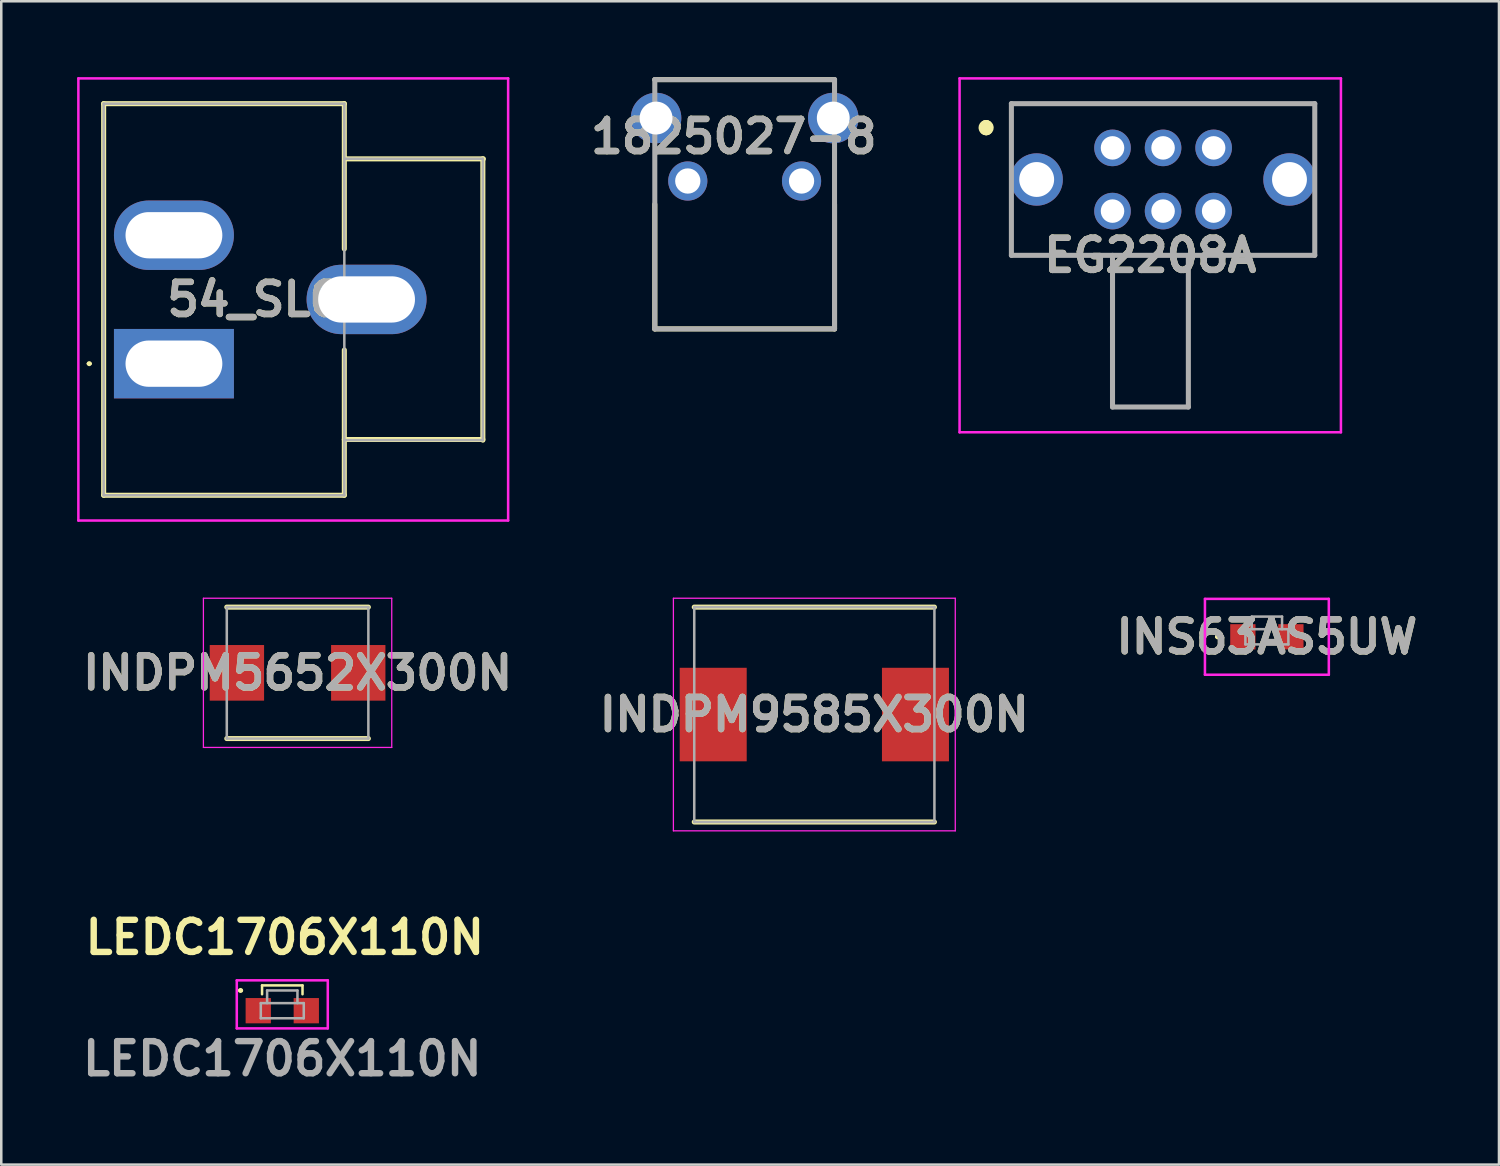
<source format=kicad_pcb>
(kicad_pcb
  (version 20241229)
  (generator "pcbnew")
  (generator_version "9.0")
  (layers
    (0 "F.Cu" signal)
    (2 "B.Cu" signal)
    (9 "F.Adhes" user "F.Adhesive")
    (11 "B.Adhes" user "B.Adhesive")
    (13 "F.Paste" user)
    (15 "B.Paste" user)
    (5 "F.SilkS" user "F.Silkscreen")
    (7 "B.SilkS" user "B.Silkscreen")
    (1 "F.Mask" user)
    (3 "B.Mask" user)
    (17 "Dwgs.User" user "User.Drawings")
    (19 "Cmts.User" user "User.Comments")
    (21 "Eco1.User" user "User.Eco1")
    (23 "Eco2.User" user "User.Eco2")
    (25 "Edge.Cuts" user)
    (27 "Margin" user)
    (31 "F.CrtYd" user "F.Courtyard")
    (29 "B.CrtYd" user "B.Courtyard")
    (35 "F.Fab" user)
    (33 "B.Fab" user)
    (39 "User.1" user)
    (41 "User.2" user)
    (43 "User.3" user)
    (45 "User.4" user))
  (footprint "INS63AS5UW"
    (layer "F.Cu")
    (at 47.063 22.14)
    (property "Reference" "INS63AS5UW" (at 0 0 0) (layer "F.SilkS") (effects (font (size 1.27 1.27) (thickness 0.254))))
    (attr smd)
    (fp_line (start -2 0) (end -2 0) (stroke (width 0.1) (type solid)) (layer "F.SilkS"))
    (fp_line (start -1.9 0) (end -1.9 0) (stroke (width 0.1) (type solid)) (layer "F.SilkS"))
    (fp_arc (start -2 0) (mid -1.95 -0.05) (end -1.9 0) (stroke (width 0.1) (type solid)) (layer "F.SilkS"))
    (fp_arc (start -1.9 0) (mid -1.95 0.05) (end -2 0) (stroke (width 0.1) (type solid)) (layer "F.SilkS"))
    (fp_line (start -2.45 -1.5) (end 2.45 -1.5) (stroke (width 0.1) (type solid)) (layer "F.CrtYd"))
    (fp_line (start -2.45 1.5) (end -2.45 -1.5) (stroke (width 0.1) (type solid)) (layer "F.CrtYd"))
    (fp_line (start 2.45 -1.5) (end 2.45 1.5) (stroke (width 0.1) (type solid)) (layer "F.CrtYd"))
    (fp_line (start 2.45 1.5) (end -2.45 1.5) (stroke (width 0.1) (type solid)) (layer "F.CrtYd"))
    (fp_line (start -0.85 -0.3) (end 0.85 -0.3) (stroke (width 0.1) (type solid)) (layer "F.Fab"))
    (fp_line (start -0.85 0.3) (end -0.85 -0.3) (stroke (width 0.1) (type solid)) (layer "F.Fab"))
    (fp_line (start -0.6 -0.8) (end 0.6 -0.8) (stroke (width 0.1) (type solid)) (layer "F.Fab"))
    (fp_line (start -0.6 -0.3) (end -0.6 -0.8) (stroke (width 0.1) (type solid)) (layer "F.Fab"))
    (fp_line (start 0.6 -0.8) (end 0.6 -0.3) (stroke (width 0.1) (type solid)) (layer "F.Fab"))
    (fp_line (start 0.85 -0.3) (end 0.85 0.3) (stroke (width 0.1) (type solid)) (layer "F.Fab"))
    (fp_line (start 0.85 0.3) (end -0.85 0.3) (stroke (width 0.1) (type solid)) (layer "F.Fab"))
    (fp_text user "${REFERENCE}" (at 0 0 0) (layer "F.Fab") (effects (font (size 1.27 1.27) (thickness 0.254))))
    (pad "1" smd rect (at -0.95 0 90) (size 1 1) (layers "F.Cu" "F.Mask" "F.Paste"))
    (pad "2" smd rect (at 0.95 0 90) (size 1 1) (layers "F.Cu" "F.Mask" "F.Paste")))
  (footprint "LEDC1706X110N"
    (layer "F.Cu")
    (at 8.116 36.829)
    (property "Reference" "LEDC1706X110N" (at 0.1 -2.8 0) (layer "F.SilkS") (effects (font (size 1.27 1.27) (thickness 0.254))))
    (attr smd)
    (fp_line (start -1.7 -0.7) (end -1.7 -0.7) (stroke (width 0.1) (type solid)) (layer "F.SilkS"))
    (fp_line (start -1.6 -0.7) (end -1.6 -0.7) (stroke (width 0.1) (type solid)) (layer "F.SilkS"))
    (fp_line (start -0.8 -0.9) (end -0.8 -0.55) (stroke (width 0.1) (type default)) (layer "F.SilkS"))
    (fp_line (start 0.8 -0.9) (end -0.8 -0.9) (stroke (width 0.1) (type default)) (layer "F.SilkS"))
    (fp_line (start 0.8 -0.55) (end 0.8 -0.9) (stroke (width 0.1) (type default)) (layer "F.SilkS"))
    (fp_arc (start -1.7 -0.7) (mid -1.65 -0.75) (end -1.6 -0.7) (stroke (width 0.1) (type solid)) (layer "F.SilkS"))
    (fp_arc (start -1.6 -0.7) (mid -1.65 -0.65) (end -1.7 -0.7) (stroke (width 0.1) (type solid)) (layer "F.SilkS"))
    (fp_line (start -1.8 -1.1) (end 1.8 -1.1) (stroke (width 0.1) (type solid)) (layer "F.CrtYd"))
    (fp_line (start -1.8 0.8) (end -1.8 -1.1) (stroke (width 0.1) (type solid)) (layer "F.CrtYd"))
    (fp_line (start 1.8 -1.1) (end 1.8 0.8) (stroke (width 0.1) (type solid)) (layer "F.CrtYd"))
    (fp_line (start 1.8 0.8) (end -1.8 0.8) (stroke (width 0.1) (type solid)) (layer "F.CrtYd"))
    (fp_line (start -0.85 -0.2) (end 0.85 -0.2) (stroke (width 0.1) (type solid)) (layer "F.Fab"))
    (fp_line (start -0.85 0.4) (end -0.85 -0.2) (stroke (width 0.1) (type solid)) (layer "F.Fab"))
    (fp_line (start -0.6 -0.7) (end 0.6 -0.7) (stroke (width 0.1) (type solid)) (layer "F.Fab"))
    (fp_line (start -0.6 -0.2) (end -0.6 -0.7) (stroke (width 0.1) (type solid)) (layer "F.Fab"))
    (fp_line (start 0.6 -0.7) (end 0.6 -0.2) (stroke (width 0.1) (type solid)) (layer "F.Fab"))
    (fp_line (start 0.85 -0.2) (end 0.85 0.4) (stroke (width 0.1) (type solid)) (layer "F.Fab"))
    (fp_line (start 0.85 0.4) (end -0.85 0.4) (stroke (width 0.1) (type solid)) (layer "F.Fab"))
    (fp_text user "${REFERENCE}" (at 0 2 0) (layer "F.Fab") (effects (font (size 1.27 1.27) (thickness 0.254))))
    (pad "1" smd rect (at -0.95 0.1 90) (size 1 1) (layers "F.Cu" "F.Mask" "F.Paste"))
    (pad "2" smd rect (at 0.95 0.1 90) (size 1 1) (layers "F.Cu" "F.Mask" "F.Paste")))
  (footprint "54_SLOT"
    (layer "F.Cu")
    (at 2.83 11.335)
    (property "Reference" "54_SLOT" (at 4.72 -2.54 0) (layer "F.SilkS") (effects (font (size 1.27 1.27) (thickness 0.254))))
    (attr through_hole)
    (fp_line (start -2.4 0) (end -2.4 0) (stroke (width 0.1) (type solid)) (layer "F.SilkS"))
    (fp_line (start -2.3 0) (end -2.3 0) (stroke (width 0.1) (type solid)) (layer "F.SilkS"))
    (fp_line (start -1.78 -10.285) (end -1.78 5.205) (stroke (width 0.2) (type solid)) (layer "F.SilkS"))
    (fp_line (start -1.78 5.205) (end 7.74 5.205) (stroke (width 0.2) (type solid)) (layer "F.SilkS"))
    (fp_line (start 7.74 -10.285) (end -1.78 -10.285) (stroke (width 0.2) (type solid)) (layer "F.SilkS"))
    (fp_line (start 7.74 -4.54) (end 7.74 -10.285) (stroke (width 0.2) (type solid)) (layer "F.SilkS"))
    (fp_line (start 7.74 5.205) (end 7.74 -0.54) (stroke (width 0.2) (type solid)) (layer "F.SilkS"))
    (fp_line (start 7.76 -8.1) (end 13.24 -8.1) (stroke (width 0.2) (type solid)) (layer "F.SilkS"))
    (fp_line (start 13.22 -8.105) (end 13.22 3.025) (stroke (width 0.2) (type solid)) (layer "F.SilkS"))
    (fp_line (start 13.22 3) (end 7.74 3) (stroke (width 0.2) (type solid)) (layer "F.SilkS"))
    (fp_arc (start -2.4 0) (mid -2.35 -0.05) (end -2.3 0) (stroke (width 0.1) (type solid)) (layer "F.SilkS"))
    (fp_arc (start -2.3 0) (mid -2.35 0.05) (end -2.4 0) (stroke (width 0.1) (type solid)) (layer "F.SilkS"))
    (fp_line (start -2.78 -11.285) (end -2.78 6.205) (stroke (width 0.1) (type solid)) (layer "F.CrtYd"))
    (fp_line (start -2.78 6.205) (end 14.22 6.205) (stroke (width 0.1) (type solid)) (layer "F.CrtYd"))
    (fp_line (start 14.22 -11.285) (end -2.78 -11.285) (stroke (width 0.1) (type solid)) (layer "F.CrtYd"))
    (fp_line (start 14.22 6.205) (end 14.22 -11.285) (stroke (width 0.1) (type solid)) (layer "F.CrtYd"))
    (fp_line (start -1.78 -10.285) (end -1.78 5.205) (stroke (width 0.1) (type solid)) (layer "F.Fab"))
    (fp_line (start -1.78 5.205) (end 7.74 5.205) (stroke (width 0.1) (type solid)) (layer "F.Fab"))
    (fp_line (start 7.74 -10.285) (end -1.78 -10.285) (stroke (width 0.1) (type solid)) (layer "F.Fab"))
    (fp_line (start 7.74 -8.105) (end 13.22 -8.105) (stroke (width 0.1) (type solid)) (layer "F.Fab"))
    (fp_line (start 7.74 5.205) (end 7.74 -10.285) (stroke (width 0.1) (type solid)) (layer "F.Fab"))
    (fp_line (start 13.22 -8.105) (end 13.22 3.025) (stroke (width 0.1) (type solid)) (layer "F.Fab"))
    (fp_line (start 13.22 3.025) (end 7.74 3.025) (stroke (width 0.1) (type solid)) (layer "F.Fab"))
    (fp_text user "${REFERENCE}" (at 4.72 -2.54 0) (layer "F.Fab") (effects (font (size 1.27 1.27) (thickness 0.254))))
    (pad "1" thru_hole rect (at 1 0) (size 4.745 2.745) (drill oval 3.83 1.83) (layers "*.Cu" "*.Mask"))
    (pad "2" thru_hole oval (at 1 -5.08) (size 4.745 2.745) (drill oval 3.83 1.83) (layers "*.Cu" "*.Mask"))
    (pad "3" thru_hole oval (at 8.62 -2.54) (size 4.745 2.745) (drill oval 3.83 1.83) (layers "*.Cu" "*.Mask")))
  (footprint "INDPM5652X300N"
    (layer "F.Cu")
    (at 8.721 23.565)
    (property "Reference" "INDPM5652X300N" (at 0 0 0) (layer "F.SilkS") (effects (font (size 1.27 1.27) (thickness 0.254))))
    (attr smd)
    (fp_line (start -2.8 2.6) (end 2.8 2.6) (stroke (width 0.2) (type solid)) (layer "F.SilkS"))
    (fp_line (start 2.8 -2.6) (end -2.8 -2.6) (stroke (width 0.2) (type solid)) (layer "F.SilkS"))
    (fp_line (start -3.725 -2.95) (end 3.725 -2.95) (stroke (width 0.05) (type solid)) (layer "F.CrtYd"))
    (fp_line (start -3.725 2.95) (end -3.725 -2.95) (stroke (width 0.05) (type solid)) (layer "F.CrtYd"))
    (fp_line (start 3.725 -2.95) (end 3.725 2.95) (stroke (width 0.05) (type solid)) (layer "F.CrtYd"))
    (fp_line (start 3.725 2.95) (end -3.725 2.95) (stroke (width 0.05) (type solid)) (layer "F.CrtYd"))
    (fp_line (start -2.8 -2.6) (end 2.8 -2.6) (stroke (width 0.1) (type solid)) (layer "F.Fab"))
    (fp_line (start -2.8 2.6) (end -2.8 -2.6) (stroke (width 0.1) (type solid)) (layer "F.Fab"))
    (fp_line (start 2.8 -2.6) (end 2.8 2.6) (stroke (width 0.1) (type solid)) (layer "F.Fab"))
    (fp_line (start 2.8 2.6) (end -2.8 2.6) (stroke (width 0.1) (type solid)) (layer "F.Fab"))
    (fp_text user "${REFERENCE}" (at 0 0 0) (layer "F.Fab") (effects (font (size 1.27 1.27) (thickness 0.254))))
    (pad "1" smd rect (at -2.4 0) (size 2.15 2.2) (layers "F.Cu" "F.Mask" "F.Paste"))
    (pad "2" smd rect (at 2.4 0) (size 2.15 2.2) (layers "F.Cu" "F.Mask" "F.Paste")))
  (footprint "EG2208A"
    (layer "F.Cu")
    (at 42.957 4.05)
    (property "Reference" "EG2208A" (at -0.507 3 0) (layer "F.SilkS") (effects (font (size 1.27 1.27) (thickness 0.254))))
    (attr through_hole)
    (fp_line (start -7 -2.1) (end -7 -2.1) (stroke (width 0.5) (type solid)) (layer "F.SilkS"))
    (fp_line (start -7 -2) (end -7 -2) (stroke (width 0.5) (type solid)) (layer "F.SilkS"))
    (fp_line (start -6 -3) (end 6 -3) (stroke (width 0.1) (type solid)) (layer "F.SilkS"))
    (fp_line (start -6 -1) (end -6 -3) (stroke (width 0.1) (type solid)) (layer "F.SilkS"))
    (fp_line (start -6 1) (end -6 3) (stroke (width 0.1) (type solid)) (layer "F.SilkS"))
    (fp_line (start -6 3) (end 6 3) (stroke (width 0.1) (type solid)) (layer "F.SilkS"))
    (fp_line (start -2 3) (end -2 9) (stroke (width 0.1) (type solid)) (layer "F.SilkS"))
    (fp_line (start -2 9) (end 1 9) (stroke (width 0.1) (type solid)) (layer "F.SilkS"))
    (fp_line (start 1 9) (end 1 3) (stroke (width 0.1) (type solid)) (layer "F.SilkS"))
    (fp_line (start 6 -3) (end 6 -1) (stroke (width 0.1) (type solid)) (layer "F.SilkS"))
    (fp_line (start 6 1) (end 6 3) (stroke (width 0.1) (type solid)) (layer "F.SilkS"))
    (fp_arc (start -7 -2.1) (mid -6.95 -2.05) (end -7 -2) (stroke (width 0.5) (type solid)) (layer "F.SilkS"))
    (fp_arc (start -7 -2) (mid -7.05 -2.05) (end -7 -2.1) (stroke (width 0.5) (type solid)) (layer "F.SilkS"))
    (fp_line (start -8.05 -4) (end 7.035 -4) (stroke (width 0.1) (type solid)) (layer "F.CrtYd"))
    (fp_line (start -8.05 10) (end -8.05 -4) (stroke (width 0.1) (type solid)) (layer "F.CrtYd"))
    (fp_line (start 7.035 -4) (end 7.035 10) (stroke (width 0.1) (type solid)) (layer "F.CrtYd"))
    (fp_line (start 7.035 10) (end -8.05 10) (stroke (width 0.1) (type solid)) (layer "F.CrtYd"))
    (fp_line (start -6 -3) (end 6 -3) (stroke (width 0.2) (type solid)) (layer "F.Fab"))
    (fp_line (start -6 3) (end -6 -3) (stroke (width 0.2) (type solid)) (layer "F.Fab"))
    (fp_line (start -2 3) (end -2 9) (stroke (width 0.2) (type solid)) (layer "F.Fab"))
    (fp_line (start -2 9) (end 1 9) (stroke (width 0.2) (type solid)) (layer "F.Fab"))
    (fp_line (start 1 9) (end 1 3) (stroke (width 0.2) (type solid)) (layer "F.Fab"))
    (fp_line (start 6 -3) (end 6 3) (stroke (width 0.2) (type solid)) (layer "F.Fab"))
    (fp_line (start 6 3) (end -6 3) (stroke (width 0.2) (type solid)) (layer "F.Fab"))
    (fp_text user "${REFERENCE}" (at -0.507 3 0) (layer "F.Fab") (effects (font (size 1.27 1.27) (thickness 0.254))))
    (pad "1" thru_hole circle (at -2 -1.25) (size 1.447 1.447) (drill 0.93) (layers "*.Cu" "*.Mask"))
    (pad "2" thru_hole circle (at 0 -1.25) (size 1.447 1.447) (drill 0.93) (layers "*.Cu" "*.Mask"))
    (pad "3" thru_hole circle (at 2 -1.25) (size 1.447 1.447) (drill 0.93) (layers "*.Cu" "*.Mask"))
    (pad "4" thru_hole circle (at -2 1.25) (size 1.447 1.447) (drill 0.93) (layers "*.Cu" "*.Mask"))
    (pad "5" thru_hole circle (at 0 1.25) (size 1.447 1.447) (drill 0.93) (layers "*.Cu" "*.Mask"))
    (pad "6" thru_hole circle (at 2 1.25) (size 1.447 1.447) (drill 0.93) (layers "*.Cu" "*.Mask"))
    (pad "MH1" thru_hole circle (at -5 0) (size 2.07 2.07) (drill 1.38) (layers "*.Cu" "*.Mask"))
    (pad "MH2" thru_hole circle (at 5 0) (size 2.07 2.07) (drill 1.38) (layers "*.Cu" "*.Mask")))
  (footprint "INDPM9585X300N"
    (layer "F.Cu")
    (at 29.162 25.215)
    (property "Reference" "INDPM9585X300N" (at 0 0 0) (layer "F.SilkS") (effects (font (size 1.27 1.27) (thickness 0.254))))
    (attr smd)
    (fp_line (start -4.75 4.25) (end 4.75 4.25) (stroke (width 0.2) (type solid)) (layer "F.SilkS"))
    (fp_line (start 4.75 -4.25) (end -4.75 -4.25) (stroke (width 0.2) (type solid)) (layer "F.SilkS"))
    (fp_line (start -5.575 -4.6) (end 5.575 -4.6) (stroke (width 0.05) (type solid)) (layer "F.CrtYd"))
    (fp_line (start -5.575 4.6) (end -5.575 -4.6) (stroke (width 0.05) (type solid)) (layer "F.CrtYd"))
    (fp_line (start 5.575 -4.6) (end 5.575 4.6) (stroke (width 0.05) (type solid)) (layer "F.CrtYd"))
    (fp_line (start 5.575 4.6) (end -5.575 4.6) (stroke (width 0.05) (type solid)) (layer "F.CrtYd"))
    (fp_line (start -4.75 -4.25) (end 4.75 -4.25) (stroke (width 0.1) (type solid)) (layer "F.Fab"))
    (fp_line (start -4.75 4.25) (end -4.75 -4.25) (stroke (width 0.1) (type solid)) (layer "F.Fab"))
    (fp_line (start 4.75 -4.25) (end 4.75 4.25) (stroke (width 0.1) (type solid)) (layer "F.Fab"))
    (fp_line (start 4.75 4.25) (end -4.75 4.25) (stroke (width 0.1) (type solid)) (layer "F.Fab"))
    (fp_text user "${REFERENCE}" (at 0 0 0) (layer "F.Fab") (effects (font (size 1.27 1.27) (thickness 0.254))))
    (pad "1" smd rect (at -4 0) (size 2.65 3.7) (layers "F.Cu" "F.Mask" "F.Paste"))
    (pad "2" smd rect (at 4 0) (size 2.65 3.7) (layers "F.Cu" "F.Mask" "F.Paste")))
  (footprint "1825027-8"
    (layer "F.Cu")
    (at 26.406 9.96)
    (property "Reference" "1825027-8" (at -0.428 -7.61 0) (layer "F.SilkS") (effects (font (size 1.27 1.27) (thickness 0.254))))
    (attr through_hole)
    (fp_line (start -3.555 -9.86) (end 3.555 -9.86) (stroke (width 0.2) (type solid)) (layer "F.SilkS"))
    (fp_line (start -3.555 -4.93) (end -3.555 0) (stroke (width 0.2) (type solid)) (layer "F.SilkS"))
    (fp_line (start -3.555 0) (end 3.555 0) (stroke (width 0.2) (type solid)) (layer "F.SilkS"))
    (fp_line (start 3.555 0) (end 3.555 -4.93) (stroke (width 0.2) (type solid)) (layer "F.SilkS"))
    (fp_line (start -3.555 -9.86) (end 3.555 -9.86) (stroke (width 0.2) (type solid)) (layer "F.Fab"))
    (fp_line (start -3.555 0) (end -3.555 -9.86) (stroke (width 0.2) (type solid)) (layer "F.Fab"))
    (fp_line (start 3.555 -9.86) (end 3.555 0) (stroke (width 0.2) (type solid)) (layer "F.Fab"))
    (fp_line (start 3.555 0) (end -3.555 0) (stroke (width 0.2) (type solid)) (layer "F.Fab"))
    (fp_text user "${REFERENCE}" (at -0.428 -7.61 0) (layer "F.Fab") (effects (font (size 1.27 1.27) (thickness 0.254))))
    (pad "1" thru_hole circle (at -2.25 -5.85) (size 1.55 1.55) (drill 1) (layers "*.Cu" "*.Mask"))
    (pad "2" thru_hole circle (at 2.25 -5.85) (size 1.55 1.55) (drill 1) (layers "*.Cu" "*.Mask"))
    (pad "3" thru_hole circle (at -3.505 -8.34) (size 2 2) (drill 1.3) (layers "*.Cu" "*.Mask"))
    (pad "4" thru_hole circle (at 3.505 -8.34) (size 2 2) (drill 1.3) (layers "*.Cu" "*.Mask")))
  (gr_rect
    (start -3 -3)
    (end 56.244 43.017)
    (stroke (width 0.1) (type default))
    (fill no)
    (layer "Edge.Cuts")))
</source>
